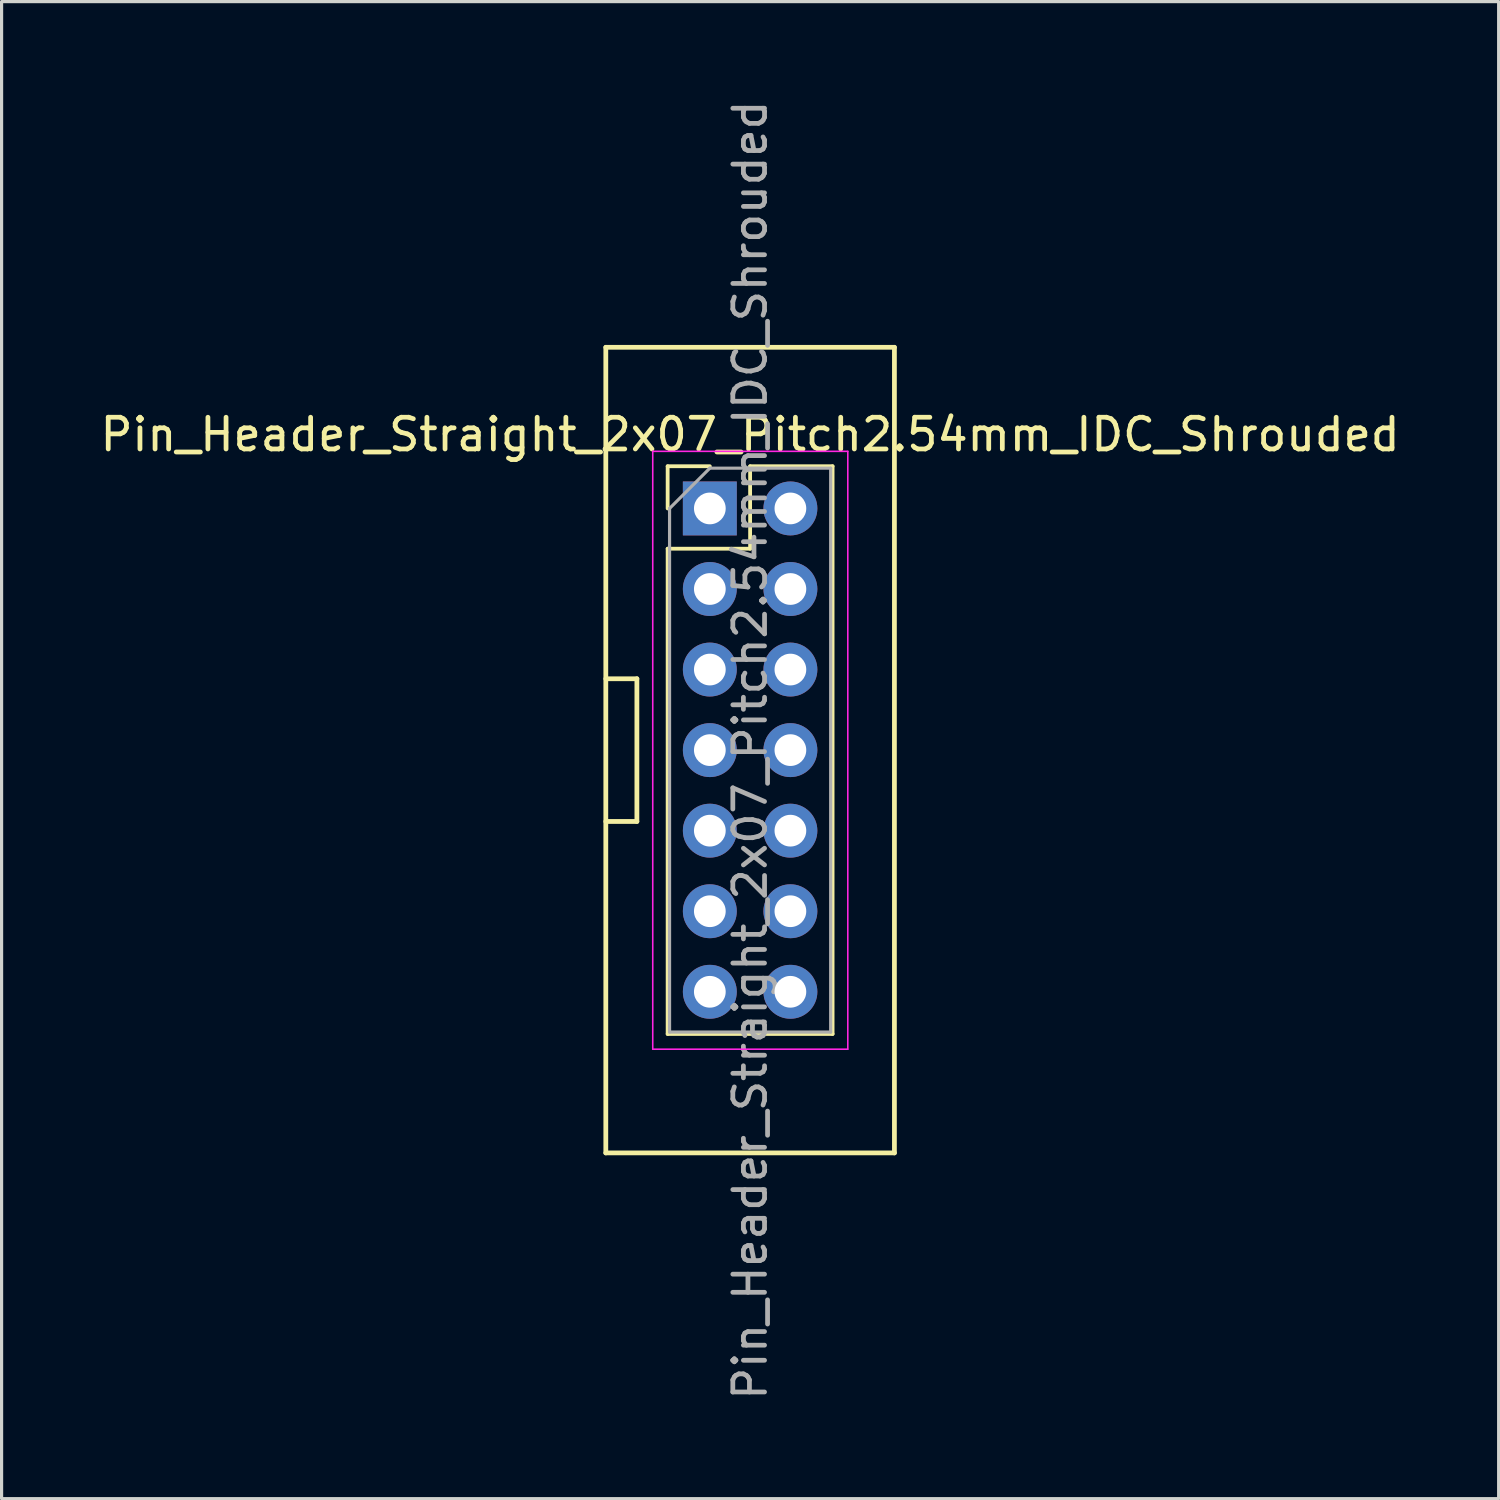
<source format=kicad_pcb>
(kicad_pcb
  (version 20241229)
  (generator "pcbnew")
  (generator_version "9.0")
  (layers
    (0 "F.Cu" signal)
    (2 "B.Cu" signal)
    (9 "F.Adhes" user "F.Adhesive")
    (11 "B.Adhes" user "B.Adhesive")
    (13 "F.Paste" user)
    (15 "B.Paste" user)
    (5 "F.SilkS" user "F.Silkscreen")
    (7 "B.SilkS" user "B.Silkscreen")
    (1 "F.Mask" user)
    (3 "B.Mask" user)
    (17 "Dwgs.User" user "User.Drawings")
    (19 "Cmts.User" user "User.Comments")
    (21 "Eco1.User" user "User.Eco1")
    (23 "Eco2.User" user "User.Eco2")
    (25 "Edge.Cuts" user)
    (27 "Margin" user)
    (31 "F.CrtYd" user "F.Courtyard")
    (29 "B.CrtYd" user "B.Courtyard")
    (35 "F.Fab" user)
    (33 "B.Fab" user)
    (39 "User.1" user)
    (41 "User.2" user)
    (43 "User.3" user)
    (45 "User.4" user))
  (footprint "Pin_Header_Straight_2x07_Pitch2.54mm_IDC_Shrouded"
    (layer "F.Cu")
    (at 19.331 12.981)
    (property "Reference" "Pin_Header_Straight_2x07_Pitch2.54mm_IDC_Shrouded" (at 1.27 -2.33 0) (layer "F.SilkS") (effects (font (size 1 1) (thickness 0.15))))
    (attr through_hole)
    (fp_line (start -3.28 -5.08) (end 5.82 -5.08) (stroke (width 0.15) (type solid)) (layer "F.SilkS"))
    (fp_line (start -3.28 5.37) (end -2.3 5.37) (stroke (width 0.15) (type solid)) (layer "F.SilkS"))
    (fp_line (start -3.28 20.32) (end -3.28 -5.08) (stroke (width 0.15) (type solid)) (layer "F.SilkS"))
    (fp_line (start -2.3 5.37) (end -2.3 9.87) (stroke (width 0.15) (type solid)) (layer "F.SilkS"))
    (fp_line (start -2.3 9.87) (end -3.28 9.87) (stroke (width 0.15) (type solid)) (layer "F.SilkS"))
    (fp_line (start -1.33 -1.33) (end 0 -1.33) (stroke (width 0.12) (type solid)) (layer "F.SilkS"))
    (fp_line (start -1.33 0) (end -1.33 -1.33) (stroke (width 0.12) (type solid)) (layer "F.SilkS"))
    (fp_line (start -1.33 1.27) (end -1.33 16.57) (stroke (width 0.12) (type solid)) (layer "F.SilkS"))
    (fp_line (start -1.33 1.27) (end 1.27 1.27) (stroke (width 0.12) (type solid)) (layer "F.SilkS"))
    (fp_line (start -1.33 16.57) (end 3.87 16.57) (stroke (width 0.12) (type solid)) (layer "F.SilkS"))
    (fp_line (start 1.27 -1.33) (end 3.87 -1.33) (stroke (width 0.12) (type solid)) (layer "F.SilkS"))
    (fp_line (start 1.27 1.27) (end 1.27 -1.33) (stroke (width 0.12) (type solid)) (layer "F.SilkS"))
    (fp_line (start 3.87 -1.33) (end 3.87 16.57) (stroke (width 0.12) (type solid)) (layer "F.SilkS"))
    (fp_line (start 5.82 -5.08) (end 5.82 20.32) (stroke (width 0.15) (type solid)) (layer "F.SilkS"))
    (fp_line (start 5.82 20.32) (end -3.28 20.32) (stroke (width 0.15) (type solid)) (layer "F.SilkS"))
    (fp_line (start -1.8 -1.8) (end -1.8 17.05) (stroke (width 0.05) (type solid)) (layer "F.CrtYd"))
    (fp_line (start -1.8 17.05) (end 4.35 17.05) (stroke (width 0.05) (type solid)) (layer "F.CrtYd"))
    (fp_line (start 4.35 -1.8) (end -1.8 -1.8) (stroke (width 0.05) (type solid)) (layer "F.CrtYd"))
    (fp_line (start 4.35 17.05) (end 4.35 -1.8) (stroke (width 0.05) (type solid)) (layer "F.CrtYd"))
    (fp_line (start -1.27 0) (end 0 -1.27) (stroke (width 0.1) (type solid)) (layer "F.Fab"))
    (fp_line (start -1.27 16.51) (end -1.27 0) (stroke (width 0.1) (type solid)) (layer "F.Fab"))
    (fp_line (start 0 -1.27) (end 3.81 -1.27) (stroke (width 0.1) (type solid)) (layer "F.Fab"))
    (fp_line (start 3.81 -1.27) (end 3.81 16.51) (stroke (width 0.1) (type solid)) (layer "F.Fab"))
    (fp_line (start 3.81 16.51) (end -1.27 16.51) (stroke (width 0.1) (type solid)) (layer "F.Fab"))
    (fp_text user "${REFERENCE}" (at 1.27 7.62 90) (layer "F.Fab") (effects (font (size 1 1) (thickness 0.15))))
    (pad "1" thru_hole rect (at 0 0) (size 1.7 1.7) (drill 1) (layers "*.Cu" "*.Mask"))
    (pad "2" thru_hole oval (at 2.54 0) (size 1.7 1.7) (drill 1) (layers "*.Cu" "*.Mask"))
    (pad "3" thru_hole oval (at 0 2.54) (size 1.7 1.7) (drill 1) (layers "*.Cu" "*.Mask"))
    (pad "4" thru_hole oval (at 2.54 2.54) (size 1.7 1.7) (drill 1) (layers "*.Cu" "*.Mask"))
    (pad "5" thru_hole oval (at 0 5.08) (size 1.7 1.7) (drill 1) (layers "*.Cu" "*.Mask"))
    (pad "6" thru_hole oval (at 2.54 5.08) (size 1.7 1.7) (drill 1) (layers "*.Cu" "*.Mask"))
    (pad "7" thru_hole oval (at 0 7.62) (size 1.7 1.7) (drill 1) (layers "*.Cu" "*.Mask"))
    (pad "8" thru_hole oval (at 2.54 7.62) (size 1.7 1.7) (drill 1) (layers "*.Cu" "*.Mask"))
    (pad "9" thru_hole oval (at 0 10.16) (size 1.7 1.7) (drill 1) (layers "*.Cu" "*.Mask"))
    (pad "10" thru_hole oval (at 2.54 10.16) (size 1.7 1.7) (drill 1) (layers "*.Cu" "*.Mask"))
    (pad "11" thru_hole oval (at 0 12.7) (size 1.7 1.7) (drill 1) (layers "*.Cu" "*.Mask"))
    (pad "12" thru_hole oval (at 2.54 12.7) (size 1.7 1.7) (drill 1) (layers "*.Cu" "*.Mask"))
    (pad "13" thru_hole oval (at 0 15.24) (size 1.7 1.7) (drill 1) (layers "*.Cu" "*.Mask"))
    (pad "14" thru_hole oval (at 2.54 15.24) (size 1.7 1.7) (drill 1) (layers "*.Cu" "*.Mask")))
  (gr_rect
    (start -3 -3)
    (end 44.202 44.202)
    (stroke (width 0.1) (type default))
    (fill no)
    (layer "Edge.Cuts")))
</source>
